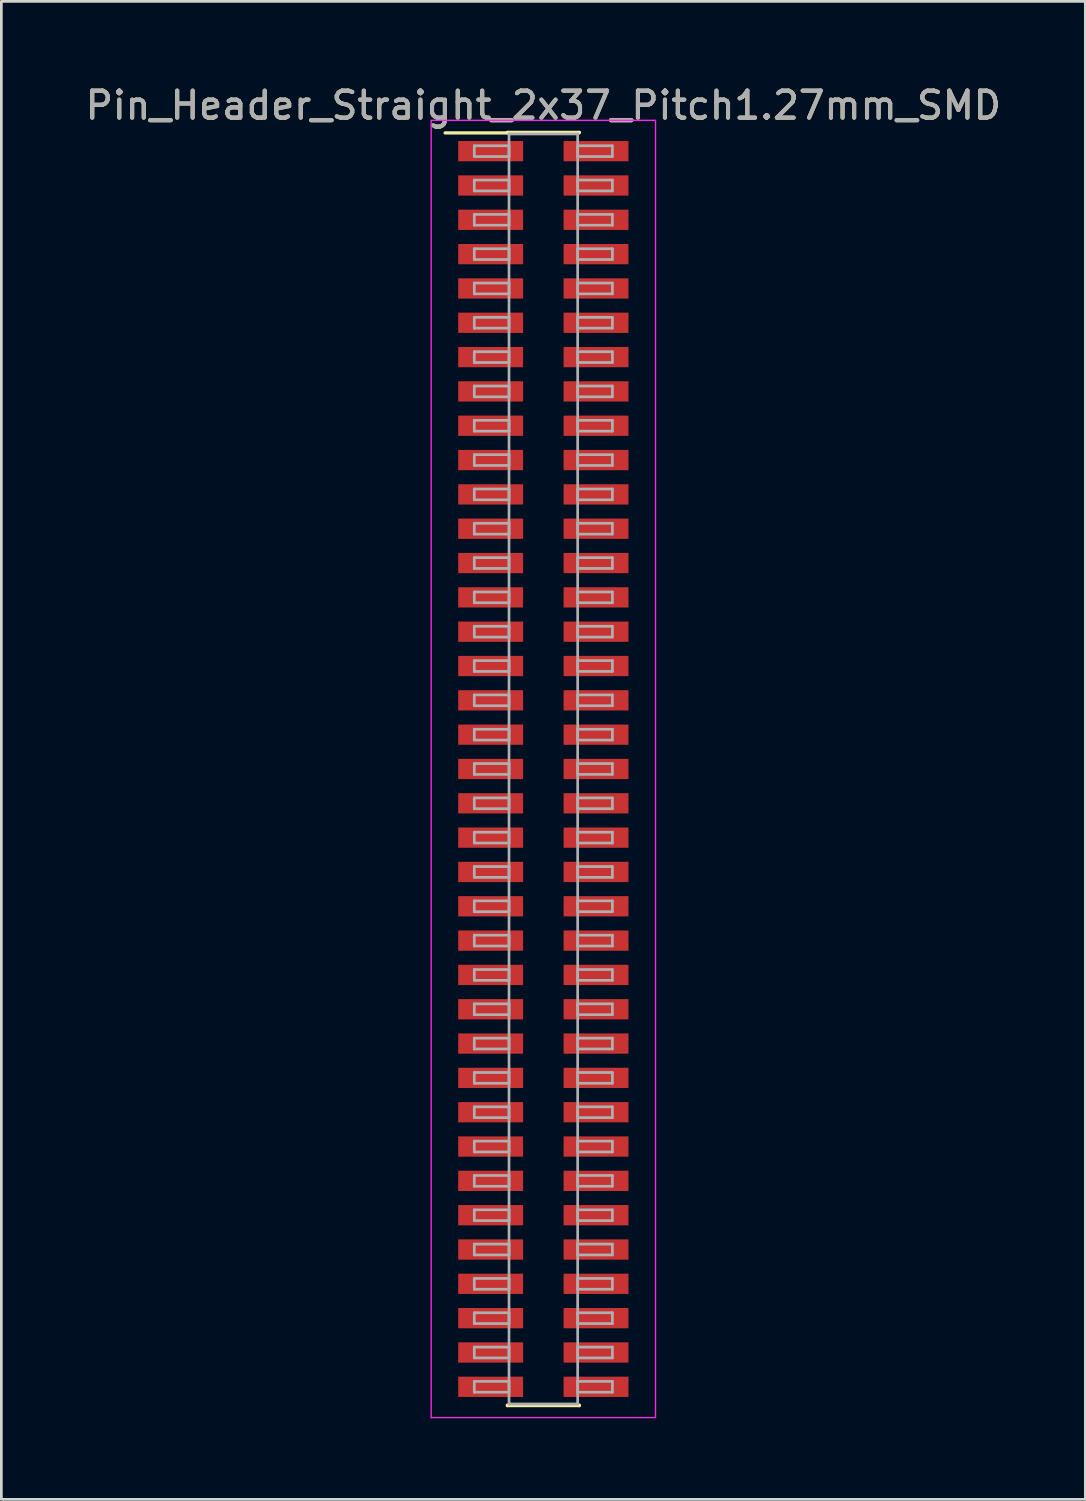
<source format=kicad_pcb>
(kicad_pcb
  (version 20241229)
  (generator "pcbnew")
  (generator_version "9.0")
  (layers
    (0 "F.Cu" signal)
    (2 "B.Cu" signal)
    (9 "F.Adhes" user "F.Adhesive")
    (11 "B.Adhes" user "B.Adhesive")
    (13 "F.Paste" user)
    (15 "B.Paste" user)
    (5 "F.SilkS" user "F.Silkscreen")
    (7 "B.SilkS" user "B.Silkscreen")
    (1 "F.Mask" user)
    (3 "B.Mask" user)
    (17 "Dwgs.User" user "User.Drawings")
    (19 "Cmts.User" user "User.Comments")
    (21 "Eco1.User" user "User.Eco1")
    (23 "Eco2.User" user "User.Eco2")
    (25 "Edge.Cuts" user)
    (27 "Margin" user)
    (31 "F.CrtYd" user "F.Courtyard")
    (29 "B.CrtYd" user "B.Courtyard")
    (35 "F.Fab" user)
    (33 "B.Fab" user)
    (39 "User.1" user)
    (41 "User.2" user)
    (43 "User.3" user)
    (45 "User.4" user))
  (footprint "Pin_Header_Straight_2x37_Pitch1.27mm_SMD"
    (layer "F.Cu")
    (at 17.054 25.403)
    (property "Reference" "Pin_Header_Straight_2x37_Pitch1.27mm_SMD" (at 0 -24.555 0) (layer "F.SilkS") (effects (font (size 1 1) (thickness 0.15))))
    (attr smd)
    (fp_line (start -3.635 -23.535) (end -1.33 -23.535) (stroke (width 0.12) (type solid)) (layer "F.SilkS"))
    (fp_line (start -1.33 -23.555) (end 1.33 -23.555) (stroke (width 0.12) (type solid)) (layer "F.SilkS"))
    (fp_line (start -1.33 -23.535) (end -1.33 -23.555) (stroke (width 0.12) (type solid)) (layer "F.SilkS"))
    (fp_line (start -1.33 23.535) (end -1.33 23.555) (stroke (width 0.12) (type solid)) (layer "F.SilkS"))
    (fp_line (start -1.33 23.555) (end 1.33 23.555) (stroke (width 0.12) (type solid)) (layer "F.SilkS"))
    (fp_line (start 1.33 -23.555) (end 1.33 -23.535) (stroke (width 0.12) (type solid)) (layer "F.SilkS"))
    (fp_line (start 1.33 23.555) (end 1.33 23.535) (stroke (width 0.12) (type solid)) (layer "F.SilkS"))
    (fp_line (start -4.15 -24) (end -4.15 24) (stroke (width 0.05) (type solid)) (layer "F.CrtYd"))
    (fp_line (start -4.15 24) (end 4.15 24) (stroke (width 0.05) (type solid)) (layer "F.CrtYd"))
    (fp_line (start 4.15 -24) (end -4.15 -24) (stroke (width 0.05) (type solid)) (layer "F.CrtYd"))
    (fp_line (start 4.15 24) (end 4.15 -24) (stroke (width 0.05) (type solid)) (layer "F.CrtYd"))
    (fp_line (start -2.555 -23.06) (end -1.27 -23.06) (stroke (width 0.1) (type solid)) (layer "F.Fab"))
    (fp_line (start -2.555 -22.66) (end -2.555 -23.06) (stroke (width 0.1) (type solid)) (layer "F.Fab"))
    (fp_line (start -2.555 -21.79) (end -1.27 -21.79) (stroke (width 0.1) (type solid)) (layer "F.Fab"))
    (fp_line (start -2.555 -21.39) (end -2.555 -21.79) (stroke (width 0.1) (type solid)) (layer "F.Fab"))
    (fp_line (start -2.555 -20.52) (end -1.27 -20.52) (stroke (width 0.1) (type solid)) (layer "F.Fab"))
    (fp_line (start -2.555 -20.12) (end -2.555 -20.52) (stroke (width 0.1) (type solid)) (layer "F.Fab"))
    (fp_line (start -2.555 -19.25) (end -1.27 -19.25) (stroke (width 0.1) (type solid)) (layer "F.Fab"))
    (fp_line (start -2.555 -18.85) (end -2.555 -19.25) (stroke (width 0.1) (type solid)) (layer "F.Fab"))
    (fp_line (start -2.555 -17.98) (end -1.27 -17.98) (stroke (width 0.1) (type solid)) (layer "F.Fab"))
    (fp_line (start -2.555 -17.58) (end -2.555 -17.98) (stroke (width 0.1) (type solid)) (layer "F.Fab"))
    (fp_line (start -2.555 -16.71) (end -1.27 -16.71) (stroke (width 0.1) (type solid)) (layer "F.Fab"))
    (fp_line (start -2.555 -16.31) (end -2.555 -16.71) (stroke (width 0.1) (type solid)) (layer "F.Fab"))
    (fp_line (start -2.555 -15.44) (end -1.27 -15.44) (stroke (width 0.1) (type solid)) (layer "F.Fab"))
    (fp_line (start -2.555 -15.04) (end -2.555 -15.44) (stroke (width 0.1) (type solid)) (layer "F.Fab"))
    (fp_line (start -2.555 -14.17) (end -1.27 -14.17) (stroke (width 0.1) (type solid)) (layer "F.Fab"))
    (fp_line (start -2.555 -13.77) (end -2.555 -14.17) (stroke (width 0.1) (type solid)) (layer "F.Fab"))
    (fp_line (start -2.555 -12.9) (end -1.27 -12.9) (stroke (width 0.1) (type solid)) (layer "F.Fab"))
    (fp_line (start -2.555 -12.5) (end -2.555 -12.9) (stroke (width 0.1) (type solid)) (layer "F.Fab"))
    (fp_line (start -2.555 -11.63) (end -1.27 -11.63) (stroke (width 0.1) (type solid)) (layer "F.Fab"))
    (fp_line (start -2.555 -11.23) (end -2.555 -11.63) (stroke (width 0.1) (type solid)) (layer "F.Fab"))
    (fp_line (start -2.555 -10.36) (end -1.27 -10.36) (stroke (width 0.1) (type solid)) (layer "F.Fab"))
    (fp_line (start -2.555 -9.96) (end -2.555 -10.36) (stroke (width 0.1) (type solid)) (layer "F.Fab"))
    (fp_line (start -2.555 -9.09) (end -1.27 -9.09) (stroke (width 0.1) (type solid)) (layer "F.Fab"))
    (fp_line (start -2.555 -8.69) (end -2.555 -9.09) (stroke (width 0.1) (type solid)) (layer "F.Fab"))
    (fp_line (start -2.555 -7.82) (end -1.27 -7.82) (stroke (width 0.1) (type solid)) (layer "F.Fab"))
    (fp_line (start -2.555 -7.42) (end -2.555 -7.82) (stroke (width 0.1) (type solid)) (layer "F.Fab"))
    (fp_line (start -2.555 -6.55) (end -1.27 -6.55) (stroke (width 0.1) (type solid)) (layer "F.Fab"))
    (fp_line (start -2.555 -6.15) (end -2.555 -6.55) (stroke (width 0.1) (type solid)) (layer "F.Fab"))
    (fp_line (start -2.555 -5.28) (end -1.27 -5.28) (stroke (width 0.1) (type solid)) (layer "F.Fab"))
    (fp_line (start -2.555 -4.88) (end -2.555 -5.28) (stroke (width 0.1) (type solid)) (layer "F.Fab"))
    (fp_line (start -2.555 -4.01) (end -1.27 -4.01) (stroke (width 0.1) (type solid)) (layer "F.Fab"))
    (fp_line (start -2.555 -3.61) (end -2.555 -4.01) (stroke (width 0.1) (type solid)) (layer "F.Fab"))
    (fp_line (start -2.555 -2.74) (end -1.27 -2.74) (stroke (width 0.1) (type solid)) (layer "F.Fab"))
    (fp_line (start -2.555 -2.34) (end -2.555 -2.74) (stroke (width 0.1) (type solid)) (layer "F.Fab"))
    (fp_line (start -2.555 -1.47) (end -1.27 -1.47) (stroke (width 0.1) (type solid)) (layer "F.Fab"))
    (fp_line (start -2.555 -1.07) (end -2.555 -1.47) (stroke (width 0.1) (type solid)) (layer "F.Fab"))
    (fp_line (start -2.555 -0.2) (end -1.27 -0.2) (stroke (width 0.1) (type solid)) (layer "F.Fab"))
    (fp_line (start -2.555 0.2) (end -2.555 -0.2) (stroke (width 0.1) (type solid)) (layer "F.Fab"))
    (fp_line (start -2.555 1.07) (end -1.27 1.07) (stroke (width 0.1) (type solid)) (layer "F.Fab"))
    (fp_line (start -2.555 1.47) (end -2.555 1.07) (stroke (width 0.1) (type solid)) (layer "F.Fab"))
    (fp_line (start -2.555 2.34) (end -1.27 2.34) (stroke (width 0.1) (type solid)) (layer "F.Fab"))
    (fp_line (start -2.555 2.74) (end -2.555 2.34) (stroke (width 0.1) (type solid)) (layer "F.Fab"))
    (fp_line (start -2.555 3.61) (end -1.27 3.61) (stroke (width 0.1) (type solid)) (layer "F.Fab"))
    (fp_line (start -2.555 4.01) (end -2.555 3.61) (stroke (width 0.1) (type solid)) (layer "F.Fab"))
    (fp_line (start -2.555 4.88) (end -1.27 4.88) (stroke (width 0.1) (type solid)) (layer "F.Fab"))
    (fp_line (start -2.555 5.28) (end -2.555 4.88) (stroke (width 0.1) (type solid)) (layer "F.Fab"))
    (fp_line (start -2.555 6.15) (end -1.27 6.15) (stroke (width 0.1) (type solid)) (layer "F.Fab"))
    (fp_line (start -2.555 6.55) (end -2.555 6.15) (stroke (width 0.1) (type solid)) (layer "F.Fab"))
    (fp_line (start -2.555 7.42) (end -1.27 7.42) (stroke (width 0.1) (type solid)) (layer "F.Fab"))
    (fp_line (start -2.555 7.82) (end -2.555 7.42) (stroke (width 0.1) (type solid)) (layer "F.Fab"))
    (fp_line (start -2.555 8.69) (end -1.27 8.69) (stroke (width 0.1) (type solid)) (layer "F.Fab"))
    (fp_line (start -2.555 9.09) (end -2.555 8.69) (stroke (width 0.1) (type solid)) (layer "F.Fab"))
    (fp_line (start -2.555 9.96) (end -1.27 9.96) (stroke (width 0.1) (type solid)) (layer "F.Fab"))
    (fp_line (start -2.555 10.36) (end -2.555 9.96) (stroke (width 0.1) (type solid)) (layer "F.Fab"))
    (fp_line (start -2.555 11.23) (end -1.27 11.23) (stroke (width 0.1) (type solid)) (layer "F.Fab"))
    (fp_line (start -2.555 11.63) (end -2.555 11.23) (stroke (width 0.1) (type solid)) (layer "F.Fab"))
    (fp_line (start -2.555 12.5) (end -1.27 12.5) (stroke (width 0.1) (type solid)) (layer "F.Fab"))
    (fp_line (start -2.555 12.9) (end -2.555 12.5) (stroke (width 0.1) (type solid)) (layer "F.Fab"))
    (fp_line (start -2.555 13.77) (end -1.27 13.77) (stroke (width 0.1) (type solid)) (layer "F.Fab"))
    (fp_line (start -2.555 14.17) (end -2.555 13.77) (stroke (width 0.1) (type solid)) (layer "F.Fab"))
    (fp_line (start -2.555 15.04) (end -1.27 15.04) (stroke (width 0.1) (type solid)) (layer "F.Fab"))
    (fp_line (start -2.555 15.44) (end -2.555 15.04) (stroke (width 0.1) (type solid)) (layer "F.Fab"))
    (fp_line (start -2.555 16.31) (end -1.27 16.31) (stroke (width 0.1) (type solid)) (layer "F.Fab"))
    (fp_line (start -2.555 16.71) (end -2.555 16.31) (stroke (width 0.1) (type solid)) (layer "F.Fab"))
    (fp_line (start -2.555 17.58) (end -1.27 17.58) (stroke (width 0.1) (type solid)) (layer "F.Fab"))
    (fp_line (start -2.555 17.98) (end -2.555 17.58) (stroke (width 0.1) (type solid)) (layer "F.Fab"))
    (fp_line (start -2.555 18.85) (end -1.27 18.85) (stroke (width 0.1) (type solid)) (layer "F.Fab"))
    (fp_line (start -2.555 19.25) (end -2.555 18.85) (stroke (width 0.1) (type solid)) (layer "F.Fab"))
    (fp_line (start -2.555 20.12) (end -1.27 20.12) (stroke (width 0.1) (type solid)) (layer "F.Fab"))
    (fp_line (start -2.555 20.52) (end -2.555 20.12) (stroke (width 0.1) (type solid)) (layer "F.Fab"))
    (fp_line (start -2.555 21.39) (end -1.27 21.39) (stroke (width 0.1) (type solid)) (layer "F.Fab"))
    (fp_line (start -2.555 21.79) (end -2.555 21.39) (stroke (width 0.1) (type solid)) (layer "F.Fab"))
    (fp_line (start -2.555 22.66) (end -1.27 22.66) (stroke (width 0.1) (type solid)) (layer "F.Fab"))
    (fp_line (start -2.555 23.06) (end -2.555 22.66) (stroke (width 0.1) (type solid)) (layer "F.Fab"))
    (fp_line (start -1.27 -23.495) (end -1.27 23.495) (stroke (width 0.1) (type solid)) (layer "F.Fab"))
    (fp_line (start -1.27 -23.06) (end -1.27 -22.66) (stroke (width 0.1) (type solid)) (layer "F.Fab"))
    (fp_line (start -1.27 -22.66) (end -2.555 -22.66) (stroke (width 0.1) (type solid)) (layer "F.Fab"))
    (fp_line (start -1.27 -21.79) (end -1.27 -21.39) (stroke (width 0.1) (type solid)) (layer "F.Fab"))
    (fp_line (start -1.27 -21.39) (end -2.555 -21.39) (stroke (width 0.1) (type solid)) (layer "F.Fab"))
    (fp_line (start -1.27 -20.52) (end -1.27 -20.12) (stroke (width 0.1) (type solid)) (layer "F.Fab"))
    (fp_line (start -1.27 -20.12) (end -2.555 -20.12) (stroke (width 0.1) (type solid)) (layer "F.Fab"))
    (fp_line (start -1.27 -19.25) (end -1.27 -18.85) (stroke (width 0.1) (type solid)) (layer "F.Fab"))
    (fp_line (start -1.27 -18.85) (end -2.555 -18.85) (stroke (width 0.1) (type solid)) (layer "F.Fab"))
    (fp_line (start -1.27 -17.98) (end -1.27 -17.58) (stroke (width 0.1) (type solid)) (layer "F.Fab"))
    (fp_line (start -1.27 -17.58) (end -2.555 -17.58) (stroke (width 0.1) (type solid)) (layer "F.Fab"))
    (fp_line (start -1.27 -16.71) (end -1.27 -16.31) (stroke (width 0.1) (type solid)) (layer "F.Fab"))
    (fp_line (start -1.27 -16.31) (end -2.555 -16.31) (stroke (width 0.1) (type solid)) (layer "F.Fab"))
    (fp_line (start -1.27 -15.44) (end -1.27 -15.04) (stroke (width 0.1) (type solid)) (layer "F.Fab"))
    (fp_line (start -1.27 -15.04) (end -2.555 -15.04) (stroke (width 0.1) (type solid)) (layer "F.Fab"))
    (fp_line (start -1.27 -14.17) (end -1.27 -13.77) (stroke (width 0.1) (type solid)) (layer "F.Fab"))
    (fp_line (start -1.27 -13.77) (end -2.555 -13.77) (stroke (width 0.1) (type solid)) (layer "F.Fab"))
    (fp_line (start -1.27 -12.9) (end -1.27 -12.5) (stroke (width 0.1) (type solid)) (layer "F.Fab"))
    (fp_line (start -1.27 -12.5) (end -2.555 -12.5) (stroke (width 0.1) (type solid)) (layer "F.Fab"))
    (fp_line (start -1.27 -11.63) (end -1.27 -11.23) (stroke (width 0.1) (type solid)) (layer "F.Fab"))
    (fp_line (start -1.27 -11.23) (end -2.555 -11.23) (stroke (width 0.1) (type solid)) (layer "F.Fab"))
    (fp_line (start -1.27 -10.36) (end -1.27 -9.96) (stroke (width 0.1) (type solid)) (layer "F.Fab"))
    (fp_line (start -1.27 -9.96) (end -2.555 -9.96) (stroke (width 0.1) (type solid)) (layer "F.Fab"))
    (fp_line (start -1.27 -9.09) (end -1.27 -8.69) (stroke (width 0.1) (type solid)) (layer "F.Fab"))
    (fp_line (start -1.27 -8.69) (end -2.555 -8.69) (stroke (width 0.1) (type solid)) (layer "F.Fab"))
    (fp_line (start -1.27 -7.82) (end -1.27 -7.42) (stroke (width 0.1) (type solid)) (layer "F.Fab"))
    (fp_line (start -1.27 -7.42) (end -2.555 -7.42) (stroke (width 0.1) (type solid)) (layer "F.Fab"))
    (fp_line (start -1.27 -6.55) (end -1.27 -6.15) (stroke (width 0.1) (type solid)) (layer "F.Fab"))
    (fp_line (start -1.27 -6.15) (end -2.555 -6.15) (stroke (width 0.1) (type solid)) (layer "F.Fab"))
    (fp_line (start -1.27 -5.28) (end -1.27 -4.88) (stroke (width 0.1) (type solid)) (layer "F.Fab"))
    (fp_line (start -1.27 -4.88) (end -2.555 -4.88) (stroke (width 0.1) (type solid)) (layer "F.Fab"))
    (fp_line (start -1.27 -4.01) (end -1.27 -3.61) (stroke (width 0.1) (type solid)) (layer "F.Fab"))
    (fp_line (start -1.27 -3.61) (end -2.555 -3.61) (stroke (width 0.1) (type solid)) (layer "F.Fab"))
    (fp_line (start -1.27 -2.74) (end -1.27 -2.34) (stroke (width 0.1) (type solid)) (layer "F.Fab"))
    (fp_line (start -1.27 -2.34) (end -2.555 -2.34) (stroke (width 0.1) (type solid)) (layer "F.Fab"))
    (fp_line (start -1.27 -1.47) (end -1.27 -1.07) (stroke (width 0.1) (type solid)) (layer "F.Fab"))
    (fp_line (start -1.27 -1.07) (end -2.555 -1.07) (stroke (width 0.1) (type solid)) (layer "F.Fab"))
    (fp_line (start -1.27 -0.2) (end -1.27 0.2) (stroke (width 0.1) (type solid)) (layer "F.Fab"))
    (fp_line (start -1.27 0.2) (end -2.555 0.2) (stroke (width 0.1) (type solid)) (layer "F.Fab"))
    (fp_line (start -1.27 1.07) (end -1.27 1.47) (stroke (width 0.1) (type solid)) (layer "F.Fab"))
    (fp_line (start -1.27 1.47) (end -2.555 1.47) (stroke (width 0.1) (type solid)) (layer "F.Fab"))
    (fp_line (start -1.27 2.34) (end -1.27 2.74) (stroke (width 0.1) (type solid)) (layer "F.Fab"))
    (fp_line (start -1.27 2.74) (end -2.555 2.74) (stroke (width 0.1) (type solid)) (layer "F.Fab"))
    (fp_line (start -1.27 3.61) (end -1.27 4.01) (stroke (width 0.1) (type solid)) (layer "F.Fab"))
    (fp_line (start -1.27 4.01) (end -2.555 4.01) (stroke (width 0.1) (type solid)) (layer "F.Fab"))
    (fp_line (start -1.27 4.88) (end -1.27 5.28) (stroke (width 0.1) (type solid)) (layer "F.Fab"))
    (fp_line (start -1.27 5.28) (end -2.555 5.28) (stroke (width 0.1) (type solid)) (layer "F.Fab"))
    (fp_line (start -1.27 6.15) (end -1.27 6.55) (stroke (width 0.1) (type solid)) (layer "F.Fab"))
    (fp_line (start -1.27 6.55) (end -2.555 6.55) (stroke (width 0.1) (type solid)) (layer "F.Fab"))
    (fp_line (start -1.27 7.42) (end -1.27 7.82) (stroke (width 0.1) (type solid)) (layer "F.Fab"))
    (fp_line (start -1.27 7.82) (end -2.555 7.82) (stroke (width 0.1) (type solid)) (layer "F.Fab"))
    (fp_line (start -1.27 8.69) (end -1.27 9.09) (stroke (width 0.1) (type solid)) (layer "F.Fab"))
    (fp_line (start -1.27 9.09) (end -2.555 9.09) (stroke (width 0.1) (type solid)) (layer "F.Fab"))
    (fp_line (start -1.27 9.96) (end -1.27 10.36) (stroke (width 0.1) (type solid)) (layer "F.Fab"))
    (fp_line (start -1.27 10.36) (end -2.555 10.36) (stroke (width 0.1) (type solid)) (layer "F.Fab"))
    (fp_line (start -1.27 11.23) (end -1.27 11.63) (stroke (width 0.1) (type solid)) (layer "F.Fab"))
    (fp_line (start -1.27 11.63) (end -2.555 11.63) (stroke (width 0.1) (type solid)) (layer "F.Fab"))
    (fp_line (start -1.27 12.5) (end -1.27 12.9) (stroke (width 0.1) (type solid)) (layer "F.Fab"))
    (fp_line (start -1.27 12.9) (end -2.555 12.9) (stroke (width 0.1) (type solid)) (layer "F.Fab"))
    (fp_line (start -1.27 13.77) (end -1.27 14.17) (stroke (width 0.1) (type solid)) (layer "F.Fab"))
    (fp_line (start -1.27 14.17) (end -2.555 14.17) (stroke (width 0.1) (type solid)) (layer "F.Fab"))
    (fp_line (start -1.27 15.04) (end -1.27 15.44) (stroke (width 0.1) (type solid)) (layer "F.Fab"))
    (fp_line (start -1.27 15.44) (end -2.555 15.44) (stroke (width 0.1) (type solid)) (layer "F.Fab"))
    (fp_line (start -1.27 16.31) (end -1.27 16.71) (stroke (width 0.1) (type solid)) (layer "F.Fab"))
    (fp_line (start -1.27 16.71) (end -2.555 16.71) (stroke (width 0.1) (type solid)) (layer "F.Fab"))
    (fp_line (start -1.27 17.58) (end -1.27 17.98) (stroke (width 0.1) (type solid)) (layer "F.Fab"))
    (fp_line (start -1.27 17.98) (end -2.555 17.98) (stroke (width 0.1) (type solid)) (layer "F.Fab"))
    (fp_line (start -1.27 18.85) (end -1.27 19.25) (stroke (width 0.1) (type solid)) (layer "F.Fab"))
    (fp_line (start -1.27 19.25) (end -2.555 19.25) (stroke (width 0.1) (type solid)) (layer "F.Fab"))
    (fp_line (start -1.27 20.12) (end -1.27 20.52) (stroke (width 0.1) (type solid)) (layer "F.Fab"))
    (fp_line (start -1.27 20.52) (end -2.555 20.52) (stroke (width 0.1) (type solid)) (layer "F.Fab"))
    (fp_line (start -1.27 21.39) (end -1.27 21.79) (stroke (width 0.1) (type solid)) (layer "F.Fab"))
    (fp_line (start -1.27 21.79) (end -2.555 21.79) (stroke (width 0.1) (type solid)) (layer "F.Fab"))
    (fp_line (start -1.27 22.66) (end -1.27 23.06) (stroke (width 0.1) (type solid)) (layer "F.Fab"))
    (fp_line (start -1.27 23.06) (end -2.555 23.06) (stroke (width 0.1) (type solid)) (layer "F.Fab"))
    (fp_line (start -1.27 23.495) (end 1.27 23.495) (stroke (width 0.1) (type solid)) (layer "F.Fab"))
    (fp_line (start 1.27 -23.495) (end -1.27 -23.495) (stroke (width 0.1) (type solid)) (layer "F.Fab"))
    (fp_line (start 1.27 -23.06) (end 1.27 -22.66) (stroke (width 0.1) (type solid)) (layer "F.Fab"))
    (fp_line (start 1.27 -22.66) (end 2.555 -22.66) (stroke (width 0.1) (type solid)) (layer "F.Fab"))
    (fp_line (start 1.27 -21.79) (end 1.27 -21.39) (stroke (width 0.1) (type solid)) (layer "F.Fab"))
    (fp_line (start 1.27 -21.39) (end 2.555 -21.39) (stroke (width 0.1) (type solid)) (layer "F.Fab"))
    (fp_line (start 1.27 -20.52) (end 1.27 -20.12) (stroke (width 0.1) (type solid)) (layer "F.Fab"))
    (fp_line (start 1.27 -20.12) (end 2.555 -20.12) (stroke (width 0.1) (type solid)) (layer "F.Fab"))
    (fp_line (start 1.27 -19.25) (end 1.27 -18.85) (stroke (width 0.1) (type solid)) (layer "F.Fab"))
    (fp_line (start 1.27 -18.85) (end 2.555 -18.85) (stroke (width 0.1) (type solid)) (layer "F.Fab"))
    (fp_line (start 1.27 -17.98) (end 1.27 -17.58) (stroke (width 0.1) (type solid)) (layer "F.Fab"))
    (fp_line (start 1.27 -17.58) (end 2.555 -17.58) (stroke (width 0.1) (type solid)) (layer "F.Fab"))
    (fp_line (start 1.27 -16.71) (end 1.27 -16.31) (stroke (width 0.1) (type solid)) (layer "F.Fab"))
    (fp_line (start 1.27 -16.31) (end 2.555 -16.31) (stroke (width 0.1) (type solid)) (layer "F.Fab"))
    (fp_line (start 1.27 -15.44) (end 1.27 -15.04) (stroke (width 0.1) (type solid)) (layer "F.Fab"))
    (fp_line (start 1.27 -15.04) (end 2.555 -15.04) (stroke (width 0.1) (type solid)) (layer "F.Fab"))
    (fp_line (start 1.27 -14.17) (end 1.27 -13.77) (stroke (width 0.1) (type solid)) (layer "F.Fab"))
    (fp_line (start 1.27 -13.77) (end 2.555 -13.77) (stroke (width 0.1) (type solid)) (layer "F.Fab"))
    (fp_line (start 1.27 -12.9) (end 1.27 -12.5) (stroke (width 0.1) (type solid)) (layer "F.Fab"))
    (fp_line (start 1.27 -12.5) (end 2.555 -12.5) (stroke (width 0.1) (type solid)) (layer "F.Fab"))
    (fp_line (start 1.27 -11.63) (end 1.27 -11.23) (stroke (width 0.1) (type solid)) (layer "F.Fab"))
    (fp_line (start 1.27 -11.23) (end 2.555 -11.23) (stroke (width 0.1) (type solid)) (layer "F.Fab"))
    (fp_line (start 1.27 -10.36) (end 1.27 -9.96) (stroke (width 0.1) (type solid)) (layer "F.Fab"))
    (fp_line (start 1.27 -9.96) (end 2.555 -9.96) (stroke (width 0.1) (type solid)) (layer "F.Fab"))
    (fp_line (start 1.27 -9.09) (end 1.27 -8.69) (stroke (width 0.1) (type solid)) (layer "F.Fab"))
    (fp_line (start 1.27 -8.69) (end 2.555 -8.69) (stroke (width 0.1) (type solid)) (layer "F.Fab"))
    (fp_line (start 1.27 -7.82) (end 1.27 -7.42) (stroke (width 0.1) (type solid)) (layer "F.Fab"))
    (fp_line (start 1.27 -7.42) (end 2.555 -7.42) (stroke (width 0.1) (type solid)) (layer "F.Fab"))
    (fp_line (start 1.27 -6.55) (end 1.27 -6.15) (stroke (width 0.1) (type solid)) (layer "F.Fab"))
    (fp_line (start 1.27 -6.15) (end 2.555 -6.15) (stroke (width 0.1) (type solid)) (layer "F.Fab"))
    (fp_line (start 1.27 -5.28) (end 1.27 -4.88) (stroke (width 0.1) (type solid)) (layer "F.Fab"))
    (fp_line (start 1.27 -4.88) (end 2.555 -4.88) (stroke (width 0.1) (type solid)) (layer "F.Fab"))
    (fp_line (start 1.27 -4.01) (end 1.27 -3.61) (stroke (width 0.1) (type solid)) (layer "F.Fab"))
    (fp_line (start 1.27 -3.61) (end 2.555 -3.61) (stroke (width 0.1) (type solid)) (layer "F.Fab"))
    (fp_line (start 1.27 -2.74) (end 1.27 -2.34) (stroke (width 0.1) (type solid)) (layer "F.Fab"))
    (fp_line (start 1.27 -2.34) (end 2.555 -2.34) (stroke (width 0.1) (type solid)) (layer "F.Fab"))
    (fp_line (start 1.27 -1.47) (end 1.27 -1.07) (stroke (width 0.1) (type solid)) (layer "F.Fab"))
    (fp_line (start 1.27 -1.07) (end 2.555 -1.07) (stroke (width 0.1) (type solid)) (layer "F.Fab"))
    (fp_line (start 1.27 -0.2) (end 1.27 0.2) (stroke (width 0.1) (type solid)) (layer "F.Fab"))
    (fp_line (start 1.27 0.2) (end 2.555 0.2) (stroke (width 0.1) (type solid)) (layer "F.Fab"))
    (fp_line (start 1.27 1.07) (end 1.27 1.47) (stroke (width 0.1) (type solid)) (layer "F.Fab"))
    (fp_line (start 1.27 1.47) (end 2.555 1.47) (stroke (width 0.1) (type solid)) (layer "F.Fab"))
    (fp_line (start 1.27 2.34) (end 1.27 2.74) (stroke (width 0.1) (type solid)) (layer "F.Fab"))
    (fp_line (start 1.27 2.74) (end 2.555 2.74) (stroke (width 0.1) (type solid)) (layer "F.Fab"))
    (fp_line (start 1.27 3.61) (end 1.27 4.01) (stroke (width 0.1) (type solid)) (layer "F.Fab"))
    (fp_line (start 1.27 4.01) (end 2.555 4.01) (stroke (width 0.1) (type solid)) (layer "F.Fab"))
    (fp_line (start 1.27 4.88) (end 1.27 5.28) (stroke (width 0.1) (type solid)) (layer "F.Fab"))
    (fp_line (start 1.27 5.28) (end 2.555 5.28) (stroke (width 0.1) (type solid)) (layer "F.Fab"))
    (fp_line (start 1.27 6.15) (end 1.27 6.55) (stroke (width 0.1) (type solid)) (layer "F.Fab"))
    (fp_line (start 1.27 6.55) (end 2.555 6.55) (stroke (width 0.1) (type solid)) (layer "F.Fab"))
    (fp_line (start 1.27 7.42) (end 1.27 7.82) (stroke (width 0.1) (type solid)) (layer "F.Fab"))
    (fp_line (start 1.27 7.82) (end 2.555 7.82) (stroke (width 0.1) (type solid)) (layer "F.Fab"))
    (fp_line (start 1.27 8.69) (end 1.27 9.09) (stroke (width 0.1) (type solid)) (layer "F.Fab"))
    (fp_line (start 1.27 9.09) (end 2.555 9.09) (stroke (width 0.1) (type solid)) (layer "F.Fab"))
    (fp_line (start 1.27 9.96) (end 1.27 10.36) (stroke (width 0.1) (type solid)) (layer "F.Fab"))
    (fp_line (start 1.27 10.36) (end 2.555 10.36) (stroke (width 0.1) (type solid)) (layer "F.Fab"))
    (fp_line (start 1.27 11.23) (end 1.27 11.63) (stroke (width 0.1) (type solid)) (layer "F.Fab"))
    (fp_line (start 1.27 11.63) (end 2.555 11.63) (stroke (width 0.1) (type solid)) (layer "F.Fab"))
    (fp_line (start 1.27 12.5) (end 1.27 12.9) (stroke (width 0.1) (type solid)) (layer "F.Fab"))
    (fp_line (start 1.27 12.9) (end 2.555 12.9) (stroke (width 0.1) (type solid)) (layer "F.Fab"))
    (fp_line (start 1.27 13.77) (end 1.27 14.17) (stroke (width 0.1) (type solid)) (layer "F.Fab"))
    (fp_line (start 1.27 14.17) (end 2.555 14.17) (stroke (width 0.1) (type solid)) (layer "F.Fab"))
    (fp_line (start 1.27 15.04) (end 1.27 15.44) (stroke (width 0.1) (type solid)) (layer "F.Fab"))
    (fp_line (start 1.27 15.44) (end 2.555 15.44) (stroke (width 0.1) (type solid)) (layer "F.Fab"))
    (fp_line (start 1.27 16.31) (end 1.27 16.71) (stroke (width 0.1) (type solid)) (layer "F.Fab"))
    (fp_line (start 1.27 16.71) (end 2.555 16.71) (stroke (width 0.1) (type solid)) (layer "F.Fab"))
    (fp_line (start 1.27 17.58) (end 1.27 17.98) (stroke (width 0.1) (type solid)) (layer "F.Fab"))
    (fp_line (start 1.27 17.98) (end 2.555 17.98) (stroke (width 0.1) (type solid)) (layer "F.Fab"))
    (fp_line (start 1.27 18.85) (end 1.27 19.25) (stroke (width 0.1) (type solid)) (layer "F.Fab"))
    (fp_line (start 1.27 19.25) (end 2.555 19.25) (stroke (width 0.1) (type solid)) (layer "F.Fab"))
    (fp_line (start 1.27 20.12) (end 1.27 20.52) (stroke (width 0.1) (type solid)) (layer "F.Fab"))
    (fp_line (start 1.27 20.52) (end 2.555 20.52) (stroke (width 0.1) (type solid)) (layer "F.Fab"))
    (fp_line (start 1.27 21.39) (end 1.27 21.79) (stroke (width 0.1) (type solid)) (layer "F.Fab"))
    (fp_line (start 1.27 21.79) (end 2.555 21.79) (stroke (width 0.1) (type solid)) (layer "F.Fab"))
    (fp_line (start 1.27 22.66) (end 1.27 23.06) (stroke (width 0.1) (type solid)) (layer "F.Fab"))
    (fp_line (start 1.27 23.06) (end 2.555 23.06) (stroke (width 0.1) (type solid)) (layer "F.Fab"))
    (fp_line (start 1.27 23.495) (end 1.27 -23.495) (stroke (width 0.1) (type solid)) (layer "F.Fab"))
    (fp_line (start 2.555 -23.06) (end 1.27 -23.06) (stroke (width 0.1) (type solid)) (layer "F.Fab"))
    (fp_line (start 2.555 -22.66) (end 2.555 -23.06) (stroke (width 0.1) (type solid)) (layer "F.Fab"))
    (fp_line (start 2.555 -21.79) (end 1.27 -21.79) (stroke (width 0.1) (type solid)) (layer "F.Fab"))
    (fp_line (start 2.555 -21.39) (end 2.555 -21.79) (stroke (width 0.1) (type solid)) (layer "F.Fab"))
    (fp_line (start 2.555 -20.52) (end 1.27 -20.52) (stroke (width 0.1) (type solid)) (layer "F.Fab"))
    (fp_line (start 2.555 -20.12) (end 2.555 -20.52) (stroke (width 0.1) (type solid)) (layer "F.Fab"))
    (fp_line (start 2.555 -19.25) (end 1.27 -19.25) (stroke (width 0.1) (type solid)) (layer "F.Fab"))
    (fp_line (start 2.555 -18.85) (end 2.555 -19.25) (stroke (width 0.1) (type solid)) (layer "F.Fab"))
    (fp_line (start 2.555 -17.98) (end 1.27 -17.98) (stroke (width 0.1) (type solid)) (layer "F.Fab"))
    (fp_line (start 2.555 -17.58) (end 2.555 -17.98) (stroke (width 0.1) (type solid)) (layer "F.Fab"))
    (fp_line (start 2.555 -16.71) (end 1.27 -16.71) (stroke (width 0.1) (type solid)) (layer "F.Fab"))
    (fp_line (start 2.555 -16.31) (end 2.555 -16.71) (stroke (width 0.1) (type solid)) (layer "F.Fab"))
    (fp_line (start 2.555 -15.44) (end 1.27 -15.44) (stroke (width 0.1) (type solid)) (layer "F.Fab"))
    (fp_line (start 2.555 -15.04) (end 2.555 -15.44) (stroke (width 0.1) (type solid)) (layer "F.Fab"))
    (fp_line (start 2.555 -14.17) (end 1.27 -14.17) (stroke (width 0.1) (type solid)) (layer "F.Fab"))
    (fp_line (start 2.555 -13.77) (end 2.555 -14.17) (stroke (width 0.1) (type solid)) (layer "F.Fab"))
    (fp_line (start 2.555 -12.9) (end 1.27 -12.9) (stroke (width 0.1) (type solid)) (layer "F.Fab"))
    (fp_line (start 2.555 -12.5) (end 2.555 -12.9) (stroke (width 0.1) (type solid)) (layer "F.Fab"))
    (fp_line (start 2.555 -11.63) (end 1.27 -11.63) (stroke (width 0.1) (type solid)) (layer "F.Fab"))
    (fp_line (start 2.555 -11.23) (end 2.555 -11.63) (stroke (width 0.1) (type solid)) (layer "F.Fab"))
    (fp_line (start 2.555 -10.36) (end 1.27 -10.36) (stroke (width 0.1) (type solid)) (layer "F.Fab"))
    (fp_line (start 2.555 -9.96) (end 2.555 -10.36) (stroke (width 0.1) (type solid)) (layer "F.Fab"))
    (fp_line (start 2.555 -9.09) (end 1.27 -9.09) (stroke (width 0.1) (type solid)) (layer "F.Fab"))
    (fp_line (start 2.555 -8.69) (end 2.555 -9.09) (stroke (width 0.1) (type solid)) (layer "F.Fab"))
    (fp_line (start 2.555 -7.82) (end 1.27 -7.82) (stroke (width 0.1) (type solid)) (layer "F.Fab"))
    (fp_line (start 2.555 -7.42) (end 2.555 -7.82) (stroke (width 0.1) (type solid)) (layer "F.Fab"))
    (fp_line (start 2.555 -6.55) (end 1.27 -6.55) (stroke (width 0.1) (type solid)) (layer "F.Fab"))
    (fp_line (start 2.555 -6.15) (end 2.555 -6.55) (stroke (width 0.1) (type solid)) (layer "F.Fab"))
    (fp_line (start 2.555 -5.28) (end 1.27 -5.28) (stroke (width 0.1) (type solid)) (layer "F.Fab"))
    (fp_line (start 2.555 -4.88) (end 2.555 -5.28) (stroke (width 0.1) (type solid)) (layer "F.Fab"))
    (fp_line (start 2.555 -4.01) (end 1.27 -4.01) (stroke (width 0.1) (type solid)) (layer "F.Fab"))
    (fp_line (start 2.555 -3.61) (end 2.555 -4.01) (stroke (width 0.1) (type solid)) (layer "F.Fab"))
    (fp_line (start 2.555 -2.74) (end 1.27 -2.74) (stroke (width 0.1) (type solid)) (layer "F.Fab"))
    (fp_line (start 2.555 -2.34) (end 2.555 -2.74) (stroke (width 0.1) (type solid)) (layer "F.Fab"))
    (fp_line (start 2.555 -1.47) (end 1.27 -1.47) (stroke (width 0.1) (type solid)) (layer "F.Fab"))
    (fp_line (start 2.555 -1.07) (end 2.555 -1.47) (stroke (width 0.1) (type solid)) (layer "F.Fab"))
    (fp_line (start 2.555 -0.2) (end 1.27 -0.2) (stroke (width 0.1) (type solid)) (layer "F.Fab"))
    (fp_line (start 2.555 0.2) (end 2.555 -0.2) (stroke (width 0.1) (type solid)) (layer "F.Fab"))
    (fp_line (start 2.555 1.07) (end 1.27 1.07) (stroke (width 0.1) (type solid)) (layer "F.Fab"))
    (fp_line (start 2.555 1.47) (end 2.555 1.07) (stroke (width 0.1) (type solid)) (layer "F.Fab"))
    (fp_line (start 2.555 2.34) (end 1.27 2.34) (stroke (width 0.1) (type solid)) (layer "F.Fab"))
    (fp_line (start 2.555 2.74) (end 2.555 2.34) (stroke (width 0.1) (type solid)) (layer "F.Fab"))
    (fp_line (start 2.555 3.61) (end 1.27 3.61) (stroke (width 0.1) (type solid)) (layer "F.Fab"))
    (fp_line (start 2.555 4.01) (end 2.555 3.61) (stroke (width 0.1) (type solid)) (layer "F.Fab"))
    (fp_line (start 2.555 4.88) (end 1.27 4.88) (stroke (width 0.1) (type solid)) (layer "F.Fab"))
    (fp_line (start 2.555 5.28) (end 2.555 4.88) (stroke (width 0.1) (type solid)) (layer "F.Fab"))
    (fp_line (start 2.555 6.15) (end 1.27 6.15) (stroke (width 0.1) (type solid)) (layer "F.Fab"))
    (fp_line (start 2.555 6.55) (end 2.555 6.15) (stroke (width 0.1) (type solid)) (layer "F.Fab"))
    (fp_line (start 2.555 7.42) (end 1.27 7.42) (stroke (width 0.1) (type solid)) (layer "F.Fab"))
    (fp_line (start 2.555 7.82) (end 2.555 7.42) (stroke (width 0.1) (type solid)) (layer "F.Fab"))
    (fp_line (start 2.555 8.69) (end 1.27 8.69) (stroke (width 0.1) (type solid)) (layer "F.Fab"))
    (fp_line (start 2.555 9.09) (end 2.555 8.69) (stroke (width 0.1) (type solid)) (layer "F.Fab"))
    (fp_line (start 2.555 9.96) (end 1.27 9.96) (stroke (width 0.1) (type solid)) (layer "F.Fab"))
    (fp_line (start 2.555 10.36) (end 2.555 9.96) (stroke (width 0.1) (type solid)) (layer "F.Fab"))
    (fp_line (start 2.555 11.23) (end 1.27 11.23) (stroke (width 0.1) (type solid)) (layer "F.Fab"))
    (fp_line (start 2.555 11.63) (end 2.555 11.23) (stroke (width 0.1) (type solid)) (layer "F.Fab"))
    (fp_line (start 2.555 12.5) (end 1.27 12.5) (stroke (width 0.1) (type solid)) (layer "F.Fab"))
    (fp_line (start 2.555 12.9) (end 2.555 12.5) (stroke (width 0.1) (type solid)) (layer "F.Fab"))
    (fp_line (start 2.555 13.77) (end 1.27 13.77) (stroke (width 0.1) (type solid)) (layer "F.Fab"))
    (fp_line (start 2.555 14.17) (end 2.555 13.77) (stroke (width 0.1) (type solid)) (layer "F.Fab"))
    (fp_line (start 2.555 15.04) (end 1.27 15.04) (stroke (width 0.1) (type solid)) (layer "F.Fab"))
    (fp_line (start 2.555 15.44) (end 2.555 15.04) (stroke (width 0.1) (type solid)) (layer "F.Fab"))
    (fp_line (start 2.555 16.31) (end 1.27 16.31) (stroke (width 0.1) (type solid)) (layer "F.Fab"))
    (fp_line (start 2.555 16.71) (end 2.555 16.31) (stroke (width 0.1) (type solid)) (layer "F.Fab"))
    (fp_line (start 2.555 17.58) (end 1.27 17.58) (stroke (width 0.1) (type solid)) (layer "F.Fab"))
    (fp_line (start 2.555 17.98) (end 2.555 17.58) (stroke (width 0.1) (type solid)) (layer "F.Fab"))
    (fp_line (start 2.555 18.85) (end 1.27 18.85) (stroke (width 0.1) (type solid)) (layer "F.Fab"))
    (fp_line (start 2.555 19.25) (end 2.555 18.85) (stroke (width 0.1) (type solid)) (layer "F.Fab"))
    (fp_line (start 2.555 20.12) (end 1.27 20.12) (stroke (width 0.1) (type solid)) (layer "F.Fab"))
    (fp_line (start 2.555 20.52) (end 2.555 20.12) (stroke (width 0.1) (type solid)) (layer "F.Fab"))
    (fp_line (start 2.555 21.39) (end 1.27 21.39) (stroke (width 0.1) (type solid)) (layer "F.Fab"))
    (fp_line (start 2.555 21.79) (end 2.555 21.39) (stroke (width 0.1) (type solid)) (layer "F.Fab"))
    (fp_line (start 2.555 22.66) (end 1.27 22.66) (stroke (width 0.1) (type solid)) (layer "F.Fab"))
    (fp_line (start 2.555 23.06) (end 2.555 22.66) (stroke (width 0.1) (type solid)) (layer "F.Fab"))
    (fp_text user "${REFERENCE}" (at 0 -24.555 0) (layer "F.Fab") (effects (font (size 1 1) (thickness 0.15))))
    (pad "1" smd rect (at -1.95 -22.86) (size 2.4 0.75) (layers "F.Cu" "F.Mask" "F.Paste"))
    (pad "2" smd rect (at 1.95 -22.86) (size 2.4 0.75) (layers "F.Cu" "F.Mask" "F.Paste"))
    (pad "3" smd rect (at -1.95 -21.59) (size 2.4 0.75) (layers "F.Cu" "F.Mask" "F.Paste"))
    (pad "4" smd rect (at 1.95 -21.59) (size 2.4 0.75) (layers "F.Cu" "F.Mask" "F.Paste"))
    (pad "5" smd rect (at -1.95 -20.32) (size 2.4 0.75) (layers "F.Cu" "F.Mask" "F.Paste"))
    (pad "6" smd rect (at 1.95 -20.32) (size 2.4 0.75) (layers "F.Cu" "F.Mask" "F.Paste"))
    (pad "7" smd rect (at -1.95 -19.05) (size 2.4 0.75) (layers "F.Cu" "F.Mask" "F.Paste"))
    (pad "8" smd rect (at 1.95 -19.05) (size 2.4 0.75) (layers "F.Cu" "F.Mask" "F.Paste"))
    (pad "9" smd rect (at -1.95 -17.78) (size 2.4 0.75) (layers "F.Cu" "F.Mask" "F.Paste"))
    (pad "10" smd rect (at 1.95 -17.78) (size 2.4 0.75) (layers "F.Cu" "F.Mask" "F.Paste"))
    (pad "11" smd rect (at -1.95 -16.51) (size 2.4 0.75) (layers "F.Cu" "F.Mask" "F.Paste"))
    (pad "12" smd rect (at 1.95 -16.51) (size 2.4 0.75) (layers "F.Cu" "F.Mask" "F.Paste"))
    (pad "13" smd rect (at -1.95 -15.24) (size 2.4 0.75) (layers "F.Cu" "F.Mask" "F.Paste"))
    (pad "14" smd rect (at 1.95 -15.24) (size 2.4 0.75) (layers "F.Cu" "F.Mask" "F.Paste"))
    (pad "15" smd rect (at -1.95 -13.97) (size 2.4 0.75) (layers "F.Cu" "F.Mask" "F.Paste"))
    (pad "16" smd rect (at 1.95 -13.97) (size 2.4 0.75) (layers "F.Cu" "F.Mask" "F.Paste"))
    (pad "17" smd rect (at -1.95 -12.7) (size 2.4 0.75) (layers "F.Cu" "F.Mask" "F.Paste"))
    (pad "18" smd rect (at 1.95 -12.7) (size 2.4 0.75) (layers "F.Cu" "F.Mask" "F.Paste"))
    (pad "19" smd rect (at -1.95 -11.43) (size 2.4 0.75) (layers "F.Cu" "F.Mask" "F.Paste"))
    (pad "20" smd rect (at 1.95 -11.43) (size 2.4 0.75) (layers "F.Cu" "F.Mask" "F.Paste"))
    (pad "21" smd rect (at -1.95 -10.16) (size 2.4 0.75) (layers "F.Cu" "F.Mask" "F.Paste"))
    (pad "22" smd rect (at 1.95 -10.16) (size 2.4 0.75) (layers "F.Cu" "F.Mask" "F.Paste"))
    (pad "23" smd rect (at -1.95 -8.89) (size 2.4 0.75) (layers "F.Cu" "F.Mask" "F.Paste"))
    (pad "24" smd rect (at 1.95 -8.89) (size 2.4 0.75) (layers "F.Cu" "F.Mask" "F.Paste"))
    (pad "25" smd rect (at -1.95 -7.62) (size 2.4 0.75) (layers "F.Cu" "F.Mask" "F.Paste"))
    (pad "26" smd rect (at 1.95 -7.62) (size 2.4 0.75) (layers "F.Cu" "F.Mask" "F.Paste"))
    (pad "27" smd rect (at -1.95 -6.35) (size 2.4 0.75) (layers "F.Cu" "F.Mask" "F.Paste"))
    (pad "28" smd rect (at 1.95 -6.35) (size 2.4 0.75) (layers "F.Cu" "F.Mask" "F.Paste"))
    (pad "29" smd rect (at -1.95 -5.08) (size 2.4 0.75) (layers "F.Cu" "F.Mask" "F.Paste"))
    (pad "30" smd rect (at 1.95 -5.08) (size 2.4 0.75) (layers "F.Cu" "F.Mask" "F.Paste"))
    (pad "31" smd rect (at -1.95 -3.81) (size 2.4 0.75) (layers "F.Cu" "F.Mask" "F.Paste"))
    (pad "32" smd rect (at 1.95 -3.81) (size 2.4 0.75) (layers "F.Cu" "F.Mask" "F.Paste"))
    (pad "33" smd rect (at -1.95 -2.54) (size 2.4 0.75) (layers "F.Cu" "F.Mask" "F.Paste"))
    (pad "34" smd rect (at 1.95 -2.54) (size 2.4 0.75) (layers "F.Cu" "F.Mask" "F.Paste"))
    (pad "35" smd rect (at -1.95 -1.27) (size 2.4 0.75) (layers "F.Cu" "F.Mask" "F.Paste"))
    (pad "36" smd rect (at 1.95 -1.27) (size 2.4 0.75) (layers "F.Cu" "F.Mask" "F.Paste"))
    (pad "37" smd rect (at -1.95 0) (size 2.4 0.75) (layers "F.Cu" "F.Mask" "F.Paste"))
    (pad "38" smd rect (at 1.95 0) (size 2.4 0.75) (layers "F.Cu" "F.Mask" "F.Paste"))
    (pad "39" smd rect (at -1.95 1.27) (size 2.4 0.75) (layers "F.Cu" "F.Mask" "F.Paste"))
    (pad "40" smd rect (at 1.95 1.27) (size 2.4 0.75) (layers "F.Cu" "F.Mask" "F.Paste"))
    (pad "41" smd rect (at -1.95 2.54) (size 2.4 0.75) (layers "F.Cu" "F.Mask" "F.Paste"))
    (pad "42" smd rect (at 1.95 2.54) (size 2.4 0.75) (layers "F.Cu" "F.Mask" "F.Paste"))
    (pad "43" smd rect (at -1.95 3.81) (size 2.4 0.75) (layers "F.Cu" "F.Mask" "F.Paste"))
    (pad "44" smd rect (at 1.95 3.81) (size 2.4 0.75) (layers "F.Cu" "F.Mask" "F.Paste"))
    (pad "45" smd rect (at -1.95 5.08) (size 2.4 0.75) (layers "F.Cu" "F.Mask" "F.Paste"))
    (pad "46" smd rect (at 1.95 5.08) (size 2.4 0.75) (layers "F.Cu" "F.Mask" "F.Paste"))
    (pad "47" smd rect (at -1.95 6.35) (size 2.4 0.75) (layers "F.Cu" "F.Mask" "F.Paste"))
    (pad "48" smd rect (at 1.95 6.35) (size 2.4 0.75) (layers "F.Cu" "F.Mask" "F.Paste"))
    (pad "49" smd rect (at -1.95 7.62) (size 2.4 0.75) (layers "F.Cu" "F.Mask" "F.Paste"))
    (pad "50" smd rect (at 1.95 7.62) (size 2.4 0.75) (layers "F.Cu" "F.Mask" "F.Paste"))
    (pad "51" smd rect (at -1.95 8.89) (size 2.4 0.75) (layers "F.Cu" "F.Mask" "F.Paste"))
    (pad "52" smd rect (at 1.95 8.89) (size 2.4 0.75) (layers "F.Cu" "F.Mask" "F.Paste"))
    (pad "53" smd rect (at -1.95 10.16) (size 2.4 0.75) (layers "F.Cu" "F.Mask" "F.Paste"))
    (pad "54" smd rect (at 1.95 10.16) (size 2.4 0.75) (layers "F.Cu" "F.Mask" "F.Paste"))
    (pad "55" smd rect (at -1.95 11.43) (size 2.4 0.75) (layers "F.Cu" "F.Mask" "F.Paste"))
    (pad "56" smd rect (at 1.95 11.43) (size 2.4 0.75) (layers "F.Cu" "F.Mask" "F.Paste"))
    (pad "57" smd rect (at -1.95 12.7) (size 2.4 0.75) (layers "F.Cu" "F.Mask" "F.Paste"))
    (pad "58" smd rect (at 1.95 12.7) (size 2.4 0.75) (layers "F.Cu" "F.Mask" "F.Paste"))
    (pad "59" smd rect (at -1.95 13.97) (size 2.4 0.75) (layers "F.Cu" "F.Mask" "F.Paste"))
    (pad "60" smd rect (at 1.95 13.97) (size 2.4 0.75) (layers "F.Cu" "F.Mask" "F.Paste"))
    (pad "61" smd rect (at -1.95 15.24) (size 2.4 0.75) (layers "F.Cu" "F.Mask" "F.Paste"))
    (pad "62" smd rect (at 1.95 15.24) (size 2.4 0.75) (layers "F.Cu" "F.Mask" "F.Paste"))
    (pad "63" smd rect (at -1.95 16.51) (size 2.4 0.75) (layers "F.Cu" "F.Mask" "F.Paste"))
    (pad "64" smd rect (at 1.95 16.51) (size 2.4 0.75) (layers "F.Cu" "F.Mask" "F.Paste"))
    (pad "65" smd rect (at -1.95 17.78) (size 2.4 0.75) (layers "F.Cu" "F.Mask" "F.Paste"))
    (pad "66" smd rect (at 1.95 17.78) (size 2.4 0.75) (layers "F.Cu" "F.Mask" "F.Paste"))
    (pad "67" smd rect (at -1.95 19.05) (size 2.4 0.75) (layers "F.Cu" "F.Mask" "F.Paste"))
    (pad "68" smd rect (at 1.95 19.05) (size 2.4 0.75) (layers "F.Cu" "F.Mask" "F.Paste"))
    (pad "69" smd rect (at -1.95 20.32) (size 2.4 0.75) (layers "F.Cu" "F.Mask" "F.Paste"))
    (pad "70" smd rect (at 1.95 20.32) (size 2.4 0.75) (layers "F.Cu" "F.Mask" "F.Paste"))
    (pad "71" smd rect (at -1.95 21.59) (size 2.4 0.75) (layers "F.Cu" "F.Mask" "F.Paste"))
    (pad "72" smd rect (at 1.95 21.59) (size 2.4 0.75) (layers "F.Cu" "F.Mask" "F.Paste"))
    (pad "73" smd rect (at -1.95 22.86) (size 2.4 0.75) (layers "F.Cu" "F.Mask" "F.Paste"))
    (pad "74" smd rect (at 1.95 22.86) (size 2.4 0.75) (layers "F.Cu" "F.Mask" "F.Paste")))
  (gr_rect
    (start -3 -3)
    (end 37.107 52.428)
    (stroke (width 0.1) (type default))
    (fill no)
    (layer "Edge.Cuts")))
</source>
